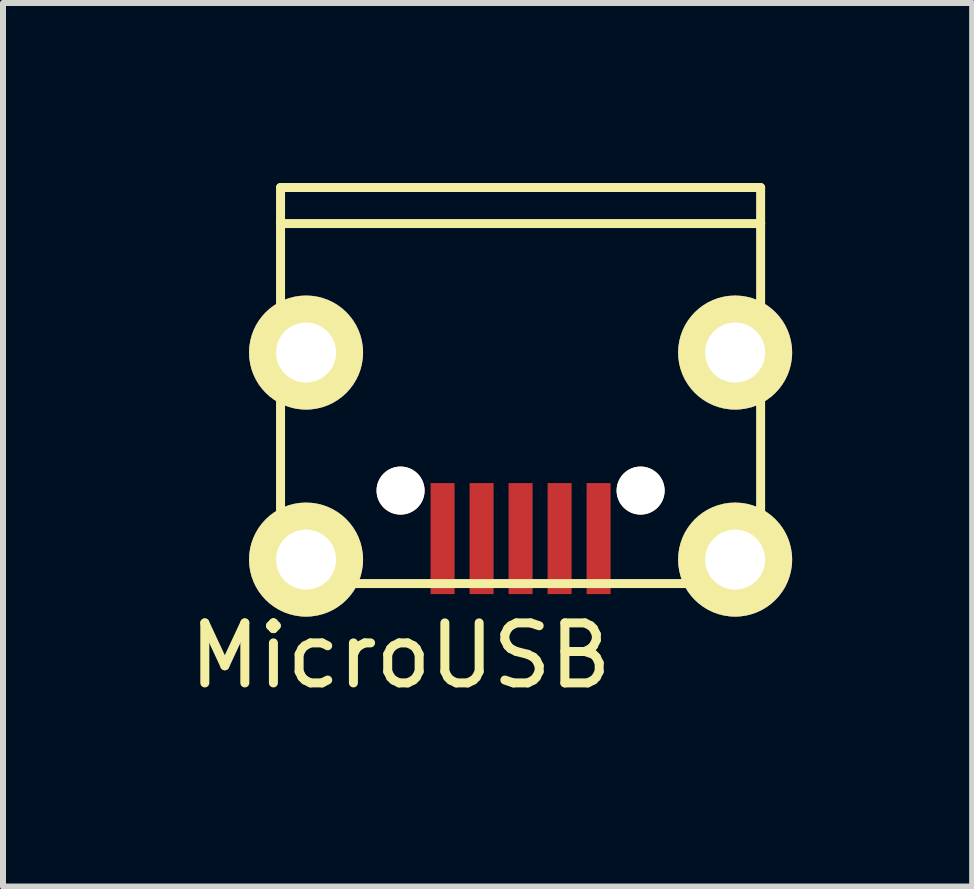
<source format=kicad_pcb>
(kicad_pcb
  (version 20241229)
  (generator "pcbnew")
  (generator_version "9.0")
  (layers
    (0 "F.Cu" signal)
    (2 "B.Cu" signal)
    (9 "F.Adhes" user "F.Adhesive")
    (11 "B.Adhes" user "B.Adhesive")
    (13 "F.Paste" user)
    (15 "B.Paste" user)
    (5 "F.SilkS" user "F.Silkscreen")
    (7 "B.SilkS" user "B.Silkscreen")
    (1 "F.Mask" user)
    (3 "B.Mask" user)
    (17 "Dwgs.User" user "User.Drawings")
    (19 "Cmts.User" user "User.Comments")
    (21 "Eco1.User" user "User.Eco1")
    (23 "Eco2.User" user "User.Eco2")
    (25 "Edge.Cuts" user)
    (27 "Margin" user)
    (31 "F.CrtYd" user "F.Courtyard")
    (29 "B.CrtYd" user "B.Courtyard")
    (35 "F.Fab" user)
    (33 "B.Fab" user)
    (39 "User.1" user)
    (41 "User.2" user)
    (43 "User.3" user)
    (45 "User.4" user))
  (footprint "MicroUSB"
    (layer "F.Cu")
    (at 1.625 6.675)
    (property "Reference" "MicroUSB" (at 2 1.2 0) (layer "F.SilkS") (effects (font (size 1 1) (thickness 0.15))))
    (attr through_hole)
    (fp_line (start 0 -6.6) (end 8 -6.6) (stroke (width 0.15) (type solid)) (layer "F.SilkS"))
    (fp_line (start 0 -6) (end 0 -6.6) (stroke (width 0.15) (type solid)) (layer "F.SilkS"))
    (fp_line (start 0 -6) (end 0 0) (stroke (width 0.15) (type solid)) (layer "F.SilkS"))
    (fp_line (start 0 0) (end 8 0) (stroke (width 0.15) (type solid)) (layer "F.SilkS"))
    (fp_line (start 8 -6.6) (end 8 -6) (stroke (width 0.15) (type solid)) (layer "F.SilkS"))
    (fp_line (start 8 -6) (end 0 -6) (stroke (width 0.15) (type solid)) (layer "F.SilkS"))
    (fp_line (start 8 0) (end 8 -6) (stroke (width 0.15) (type solid)) (layer "F.SilkS"))
    (pad "" np_thru_hole circle (at 2 -1.55) (size 0.8 0.8) (drill 0.8) (layers "*.Cu" "*.Mask" "F.SilkS"))
    (pad "" np_thru_hole circle (at 6 -1.55) (size 0.8 0.8) (drill 0.8) (layers "*.Cu" "*.Mask" "F.SilkS"))
    (pad "1" smd rect (at 5.3 -0.75) (size 0.4 1.85) (layers "F.Cu" "F.Mask" "F.Paste"))
    (pad "2" smd rect (at 4.65 -0.75) (size 0.4 1.85) (layers "F.Cu" "F.Mask" "F.Paste"))
    (pad "3" smd rect (at 4 -0.75) (size 0.4 1.85) (layers "F.Cu" "F.Mask" "F.Paste"))
    (pad "4" smd rect (at 3.35 -0.75) (size 0.4 1.85) (layers "F.Cu" "F.Mask" "F.Paste"))
    (pad "5" smd rect (at 2.7 -0.75) (size 0.4 1.85) (layers "F.Cu" "F.Mask" "F.Paste"))
    (pad "6" thru_hole circle (at 0.425 -3.85) (size 1.9 1.9) (drill 1) (layers "*.Cu" "*.Mask" "F.SilkS"))
    (pad "6" thru_hole circle (at 0.425 -0.4) (size 1.9 1.9) (drill 1) (layers "*.Cu" "*.Mask" "F.SilkS"))
    (pad "6" thru_hole circle (at 7.575 -3.85) (size 1.9 1.9) (drill 1) (layers "*.Cu" "*.Mask" "F.SilkS"))
    (pad "6" thru_hole circle (at 7.575 -0.4) (size 1.9 1.9) (drill 1) (layers "*.Cu" "*.Mask" "F.SilkS")))
  (gr_rect
    (start -3 -3)
    (end 13.15 11.723)
    (stroke (width 0.1) (type default))
    (fill no)
    (layer "Edge.Cuts")))
</source>
